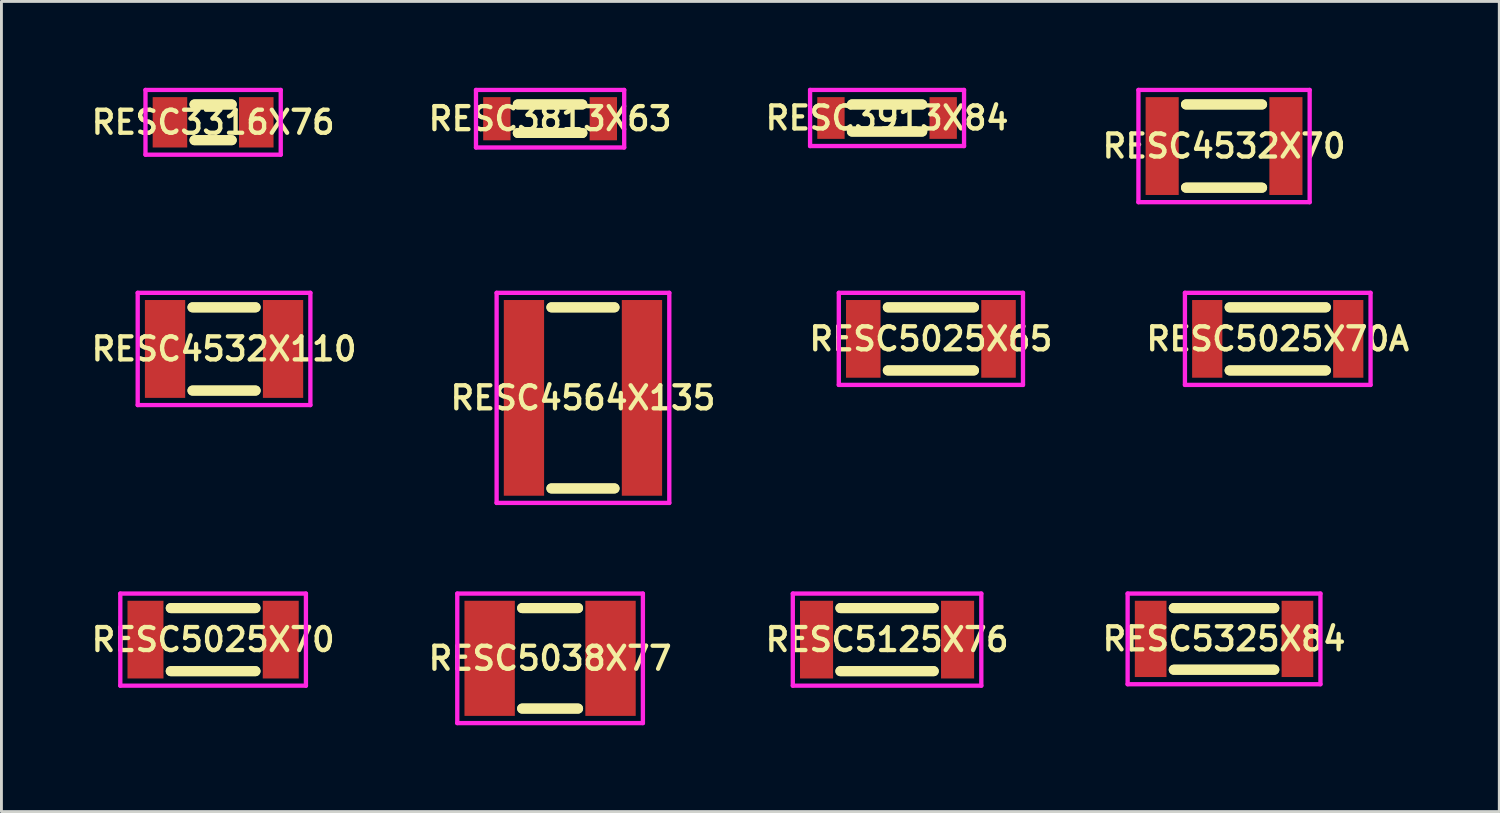
<source format=kicad_pcb>
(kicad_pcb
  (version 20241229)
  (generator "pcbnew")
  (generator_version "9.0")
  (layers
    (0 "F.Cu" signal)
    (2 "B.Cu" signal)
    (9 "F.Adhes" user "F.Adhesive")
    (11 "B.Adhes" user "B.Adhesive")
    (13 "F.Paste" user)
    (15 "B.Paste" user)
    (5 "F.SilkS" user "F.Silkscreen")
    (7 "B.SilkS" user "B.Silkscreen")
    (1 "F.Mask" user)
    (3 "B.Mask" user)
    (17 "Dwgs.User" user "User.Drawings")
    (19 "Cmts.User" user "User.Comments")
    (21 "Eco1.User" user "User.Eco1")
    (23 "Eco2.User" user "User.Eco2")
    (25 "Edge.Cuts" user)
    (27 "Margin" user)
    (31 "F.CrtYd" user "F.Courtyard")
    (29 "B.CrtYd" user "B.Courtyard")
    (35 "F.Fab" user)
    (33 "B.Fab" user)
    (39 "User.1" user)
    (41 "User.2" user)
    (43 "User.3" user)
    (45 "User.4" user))
  (footprint "RESC4564X135"
    (layer "F.Cu")
    (at 17.206 10.775)
    (property "Reference" "RESC4564X135" (at 0 0 0) (layer "F.SilkS") (effects (font (size 0.8 0.8) (thickness 0.15))))
    (attr smd)
    (fp_line (start -1.096 -3.146) (end 1.096 -3.146) (stroke (width 0.35) (type solid)) (layer "F.SilkS"))
    (fp_line (start -1.096 3.146) (end 1.096 3.146) (stroke (width 0.35) (type solid)) (layer "F.SilkS"))
    (fp_line (start 1.096 -3.146) (end -1.096 -3.146) (stroke (width 0.35) (type solid)) (layer "F.SilkS"))
    (fp_line (start 1.096 3.146) (end -1.096 3.146) (stroke (width 0.35) (type solid)) (layer "F.SilkS"))
    (fp_line (start -3 -3.65) (end 3 -3.65) (stroke (width 0.15) (type solid)) (layer "F.CrtYd"))
    (fp_line (start -3 3.65) (end -3 -3.65) (stroke (width 0.15) (type solid)) (layer "F.CrtYd"))
    (fp_line (start 3 -3.65) (end 3 3.65) (stroke (width 0.15) (type solid)) (layer "F.CrtYd"))
    (fp_line (start 3 3.65) (end -3 3.65) (stroke (width 0.15) (type solid)) (layer "F.CrtYd"))
    (pad "1" smd rect (at -2.05 0) (size 1.4 6.8) (layers "F.Cu" "F.Mask" "F.Paste"))
    (pad "2" smd rect (at 2.05 0) (size 1.4 6.8) (layers "F.Cu" "F.Mask" "F.Paste")))
  (footprint "RESC5125X76"
    (layer "F.Cu")
    (at 27.773 19.175)
    (property "Reference" "RESC5125X76" (at 0 0 0) (layer "F.SilkS") (effects (font (size 0.8 0.8) (thickness 0.15))))
    (attr smd)
    (fp_line (start -1.621 -1.096) (end 1.621 -1.096) (stroke (width 0.35) (type solid)) (layer "F.SilkS"))
    (fp_line (start -1.621 1.096) (end 1.621 1.096) (stroke (width 0.35) (type solid)) (layer "F.SilkS"))
    (fp_line (start 1.621 -1.096) (end -1.621 -1.096) (stroke (width 0.35) (type solid)) (layer "F.SilkS"))
    (fp_line (start 1.621 1.096) (end -1.621 1.096) (stroke (width 0.35) (type solid)) (layer "F.SilkS"))
    (fp_line (start -3.275 -1.6) (end 3.275 -1.6) (stroke (width 0.15) (type solid)) (layer "F.CrtYd"))
    (fp_line (start -3.275 1.6) (end -3.275 -1.6) (stroke (width 0.15) (type solid)) (layer "F.CrtYd"))
    (fp_line (start 3.275 -1.6) (end 3.275 1.6) (stroke (width 0.15) (type solid)) (layer "F.CrtYd"))
    (fp_line (start 3.275 1.6) (end -3.275 1.6) (stroke (width 0.15) (type solid)) (layer "F.CrtYd"))
    (pad "1" smd rect (at -2.45 0) (size 1.15 2.7) (layers "F.Cu" "F.Mask" "F.Paste"))
    (pad "2" smd rect (at 2.45 0) (size 1.15 2.7) (layers "F.Cu" "F.Mask" "F.Paste")))
  (footprint "RESC4532X110"
    (layer "F.Cu")
    (at 4.735 9.075)
    (property "Reference" "RESC4532X110" (at 0 0 0) (layer "F.SilkS") (effects (font (size 0.8 0.8) (thickness 0.15))))
    (attr through_hole)
    (fp_line (start -1.096 -1.446) (end 1.096 -1.446) (stroke (width 0.35) (type solid)) (layer "F.SilkS"))
    (fp_line (start -1.096 1.446) (end 1.096 1.446) (stroke (width 0.35) (type solid)) (layer "F.SilkS"))
    (fp_line (start 1.096 -1.446) (end -1.096 -1.446) (stroke (width 0.35) (type solid)) (layer "F.SilkS"))
    (fp_line (start 1.096 1.446) (end -1.096 1.446) (stroke (width 0.35) (type solid)) (layer "F.SilkS"))
    (fp_line (start -3 -1.95) (end 3 -1.95) (stroke (width 0.15) (type solid)) (layer "F.CrtYd"))
    (fp_line (start -3 1.95) (end -3 -1.95) (stroke (width 0.15) (type solid)) (layer "F.CrtYd"))
    (fp_line (start 3 -1.95) (end 3 1.95) (stroke (width 0.15) (type solid)) (layer "F.CrtYd"))
    (fp_line (start 3 1.95) (end -3 1.95) (stroke (width 0.15) (type solid)) (layer "F.CrtYd"))
    (pad "1" smd rect (at -2.05 0) (size 1.4 3.4) (layers "F.Cu" "F.Mask" "F.Paste"))
    (pad "2" smd rect (at 2.05 0) (size 1.4 3.4) (layers "F.Cu" "F.Mask" "F.Paste")))
  (footprint "RESC5325X84"
    (layer "F.Cu")
    (at 39.482 19.15)
    (property "Reference" "RESC5325X84" (at 0 0 0) (layer "F.SilkS") (effects (font (size 0.8 0.8) (thickness 0.15))))
    (attr smd)
    (fp_line (start -1.746 -1.071) (end 1.746 -1.071) (stroke (width 0.35) (type solid)) (layer "F.SilkS"))
    (fp_line (start -1.746 1.071) (end 1.746 1.071) (stroke (width 0.35) (type solid)) (layer "F.SilkS"))
    (fp_line (start 1.746 -1.071) (end -1.746 -1.071) (stroke (width 0.35) (type solid)) (layer "F.SilkS"))
    (fp_line (start 1.746 1.071) (end -1.746 1.071) (stroke (width 0.35) (type solid)) (layer "F.SilkS"))
    (fp_line (start -3.35 -1.575) (end 3.35 -1.575) (stroke (width 0.15) (type solid)) (layer "F.CrtYd"))
    (fp_line (start -3.35 1.575) (end -3.35 -1.575) (stroke (width 0.15) (type solid)) (layer "F.CrtYd"))
    (fp_line (start 3.35 -1.575) (end 3.35 1.575) (stroke (width 0.15) (type solid)) (layer "F.CrtYd"))
    (fp_line (start 3.35 1.575) (end -3.35 1.575) (stroke (width 0.15) (type solid)) (layer "F.CrtYd"))
    (pad "1" smd rect (at -2.55 0) (size 1.1 2.65) (layers "F.Cu" "F.Mask" "F.Paste"))
    (pad "2" smd rect (at 2.55 0) (size 1.1 2.65) (layers "F.Cu" "F.Mask" "F.Paste")))
  (footprint "RESC5025X70A"
    (layer "F.Cu")
    (at 41.348 8.725)
    (property "Reference" "RESC5025X70A" (at 0 0 0) (layer "F.SilkS") (effects (font (size 0.8 0.8) (thickness 0.15))))
    (attr smd)
    (fp_line (start -1.671 -1.096) (end 1.671 -1.096) (stroke (width 0.35) (type solid)) (layer "F.SilkS"))
    (fp_line (start -1.671 1.096) (end 1.671 1.096) (stroke (width 0.35) (type solid)) (layer "F.SilkS"))
    (fp_line (start 1.671 -1.096) (end -1.671 -1.096) (stroke (width 0.35) (type solid)) (layer "F.SilkS"))
    (fp_line (start 1.671 1.096) (end -1.671 1.096) (stroke (width 0.35) (type solid)) (layer "F.SilkS"))
    (fp_line (start -3.225 -1.6) (end 3.225 -1.6) (stroke (width 0.15) (type solid)) (layer "F.CrtYd"))
    (fp_line (start -3.225 1.6) (end -3.225 -1.6) (stroke (width 0.15) (type solid)) (layer "F.CrtYd"))
    (fp_line (start 3.225 -1.6) (end 3.225 1.6) (stroke (width 0.15) (type solid)) (layer "F.CrtYd"))
    (fp_line (start 3.225 1.6) (end -3.225 1.6) (stroke (width 0.15) (type solid)) (layer "F.CrtYd"))
    (pad "1" smd rect (at -2.45 0) (size 1.05 2.7) (layers "F.Cu" "F.Mask" "F.Paste"))
    (pad "2" smd rect (at 2.45 0) (size 1.05 2.7) (layers "F.Cu" "F.Mask" "F.Paste")))
  (footprint "RESC3316X76"
    (layer "F.Cu")
    (at 4.355 1.2)
    (property "Reference" "RESC3316X76" (at 0 0 0) (layer "F.SilkS") (effects (font (size 0.8 0.8) (thickness 0.15))))
    (attr smd)
    (fp_line (start -0.646 -0.621) (end 0.646 -0.621) (stroke (width 0.35) (type solid)) (layer "F.SilkS"))
    (fp_line (start -0.646 0.621) (end 0.646 0.621) (stroke (width 0.35) (type solid)) (layer "F.SilkS"))
    (fp_line (start 0.646 -0.621) (end -0.646 -0.621) (stroke (width 0.35) (type solid)) (layer "F.SilkS"))
    (fp_line (start 0.646 0.621) (end -0.646 0.621) (stroke (width 0.35) (type solid)) (layer "F.SilkS"))
    (fp_line (start -2.35 -1.125) (end 2.35 -1.125) (stroke (width 0.15) (type solid)) (layer "F.CrtYd"))
    (fp_line (start -2.35 1.125) (end -2.35 -1.125) (stroke (width 0.15) (type solid)) (layer "F.CrtYd"))
    (fp_line (start 2.35 -1.125) (end 2.35 1.125) (stroke (width 0.15) (type solid)) (layer "F.CrtYd"))
    (fp_line (start 2.35 1.125) (end -2.35 1.125) (stroke (width 0.15) (type solid)) (layer "F.CrtYd"))
    (pad "1" smd rect (at -1.5 0) (size 1.2 1.75) (layers "F.Cu" "F.Mask" "F.Paste"))
    (pad "2" smd rect (at 1.5 0) (size 1.2 1.75) (layers "F.Cu" "F.Mask" "F.Paste")))
  (footprint "RESC4532X70"
    (layer "F.Cu")
    (at 39.482 2.025)
    (property "Reference" "RESC4532X70" (at 0 0 0) (layer "F.SilkS") (effects (font (size 0.8 0.8) (thickness 0.15))))
    (attr through_hole)
    (fp_line (start -1.321 -1.446) (end 1.321 -1.446) (stroke (width 0.35) (type solid)) (layer "F.SilkS"))
    (fp_line (start -1.321 1.446) (end 1.321 1.446) (stroke (width 0.35) (type solid)) (layer "F.SilkS"))
    (fp_line (start 1.321 -1.446) (end -1.321 -1.446) (stroke (width 0.35) (type solid)) (layer "F.SilkS"))
    (fp_line (start 1.321 1.446) (end -1.321 1.446) (stroke (width 0.35) (type solid)) (layer "F.SilkS"))
    (fp_line (start -2.975 -1.95) (end 2.975 -1.95) (stroke (width 0.15) (type solid)) (layer "F.CrtYd"))
    (fp_line (start -2.975 1.95) (end -2.975 -1.95) (stroke (width 0.15) (type solid)) (layer "F.CrtYd"))
    (fp_line (start 2.975 -1.95) (end 2.975 1.95) (stroke (width 0.15) (type solid)) (layer "F.CrtYd"))
    (fp_line (start 2.975 1.95) (end -2.975 1.95) (stroke (width 0.15) (type solid)) (layer "F.CrtYd"))
    (pad "1" smd rect (at -2.15 0) (size 1.15 3.4) (layers "F.Cu" "F.Mask" "F.Paste"))
    (pad "2" smd rect (at 2.15 0) (size 1.15 3.4) (layers "F.Cu" "F.Mask" "F.Paste")))
  (footprint "RESC3813X63"
    (layer "F.Cu")
    (at 16.064 1.075)
    (property "Reference" "RESC3813X63" (at 0 0 0) (layer "F.SilkS") (effects (font (size 0.8 0.8) (thickness 0.15))))
    (attr through_hole)
    (fp_line (start -1.121 -0.496) (end 1.121 -0.496) (stroke (width 0.35) (type solid)) (layer "F.SilkS"))
    (fp_line (start -1.121 0.496) (end 1.121 0.496) (stroke (width 0.35) (type solid)) (layer "F.SilkS"))
    (fp_line (start 1.121 -0.496) (end -1.121 -0.496) (stroke (width 0.35) (type solid)) (layer "F.SilkS"))
    (fp_line (start 1.121 0.496) (end -1.121 0.496) (stroke (width 0.35) (type solid)) (layer "F.SilkS"))
    (fp_line (start -2.575 -1) (end 2.575 -1) (stroke (width 0.15) (type solid)) (layer "F.CrtYd"))
    (fp_line (start -2.575 1) (end -2.575 -1) (stroke (width 0.15) (type solid)) (layer "F.CrtYd"))
    (fp_line (start 2.575 -1) (end 2.575 1) (stroke (width 0.15) (type solid)) (layer "F.CrtYd"))
    (fp_line (start 2.575 1) (end -2.575 1) (stroke (width 0.15) (type solid)) (layer "F.CrtYd"))
    (pad "1" smd rect (at -1.85 0) (size 0.95 1.5) (layers "F.Cu" "F.Mask" "F.Paste"))
    (pad "2" smd rect (at 1.85 0) (size 0.95 1.5) (layers "F.Cu" "F.Mask" "F.Paste")))
  (footprint "RESC3913X84"
    (layer "F.Cu")
    (at 27.773 1.05)
    (property "Reference" "RESC3913X84" (at 0 0 0) (layer "F.SilkS") (effects (font (size 0.8 0.8) (thickness 0.15))))
    (attr smd)
    (fp_line (start -1.221 -0.471) (end 1.221 -0.471) (stroke (width 0.35) (type solid)) (layer "F.SilkS"))
    (fp_line (start -1.221 0.471) (end 1.221 0.471) (stroke (width 0.35) (type solid)) (layer "F.SilkS"))
    (fp_line (start 1.221 -0.471) (end -1.221 -0.471) (stroke (width 0.35) (type solid)) (layer "F.SilkS"))
    (fp_line (start 1.221 0.471) (end -1.221 0.471) (stroke (width 0.35) (type solid)) (layer "F.SilkS"))
    (fp_line (start -2.675 -0.975) (end 2.675 -0.975) (stroke (width 0.15) (type solid)) (layer "F.CrtYd"))
    (fp_line (start -2.675 0.975) (end -2.675 -0.975) (stroke (width 0.15) (type solid)) (layer "F.CrtYd"))
    (fp_line (start 2.675 -0.975) (end 2.675 0.975) (stroke (width 0.15) (type solid)) (layer "F.CrtYd"))
    (fp_line (start 2.675 0.975) (end -2.675 0.975) (stroke (width 0.15) (type solid)) (layer "F.CrtYd"))
    (pad "1" smd rect (at -1.95 0) (size 0.95 1.45) (layers "F.Cu" "F.Mask" "F.Paste"))
    (pad "2" smd rect (at 1.95 0) (size 0.95 1.45) (layers "F.Cu" "F.Mask" "F.Paste")))
  (footprint "RESC5025X70"
    (layer "F.Cu")
    (at 4.355 19.175)
    (property "Reference" "RESC5025X70" (at 0 0 0) (layer "F.SilkS") (effects (font (size 0.8 0.8) (thickness 0.15))))
    (attr smd)
    (fp_line (start -1.471 -1.096) (end 1.471 -1.096) (stroke (width 0.35) (type solid)) (layer "F.SilkS"))
    (fp_line (start -1.471 1.096) (end 1.471 1.096) (stroke (width 0.35) (type solid)) (layer "F.SilkS"))
    (fp_line (start 1.471 -1.096) (end -1.471 -1.096) (stroke (width 0.35) (type solid)) (layer "F.SilkS"))
    (fp_line (start 1.471 1.096) (end -1.471 1.096) (stroke (width 0.35) (type solid)) (layer "F.SilkS"))
    (fp_line (start -3.225 -1.6) (end 3.225 -1.6) (stroke (width 0.15) (type solid)) (layer "F.CrtYd"))
    (fp_line (start -3.225 1.6) (end -3.225 -1.6) (stroke (width 0.15) (type solid)) (layer "F.CrtYd"))
    (fp_line (start 3.225 -1.6) (end 3.225 1.6) (stroke (width 0.15) (type solid)) (layer "F.CrtYd"))
    (fp_line (start 3.225 1.6) (end -3.225 1.6) (stroke (width 0.15) (type solid)) (layer "F.CrtYd"))
    (pad "1" smd rect (at -2.35 0) (size 1.25 2.7) (layers "F.Cu" "F.Mask" "F.Paste"))
    (pad "2" smd rect (at 2.35 0) (size 1.25 2.7) (layers "F.Cu" "F.Mask" "F.Paste")))
  (footprint "RESC5025X65"
    (layer "F.Cu")
    (at 29.296 8.725)
    (property "Reference" "RESC5025X65" (at 0 0 0) (layer "F.SilkS") (effects (font (size 0.8 0.8) (thickness 0.15))))
    (attr smd)
    (fp_line (start -1.496 -1.096) (end 1.496 -1.096) (stroke (width 0.35) (type solid)) (layer "F.SilkS"))
    (fp_line (start -1.496 1.096) (end 1.496 1.096) (stroke (width 0.35) (type solid)) (layer "F.SilkS"))
    (fp_line (start 1.496 -1.096) (end -1.496 -1.096) (stroke (width 0.35) (type solid)) (layer "F.SilkS"))
    (fp_line (start 1.496 1.096) (end -1.496 1.096) (stroke (width 0.35) (type solid)) (layer "F.SilkS"))
    (fp_line (start -3.2 -1.6) (end 3.2 -1.6) (stroke (width 0.15) (type solid)) (layer "F.CrtYd"))
    (fp_line (start -3.2 1.6) (end -3.2 -1.6) (stroke (width 0.15) (type solid)) (layer "F.CrtYd"))
    (fp_line (start 3.2 -1.6) (end 3.2 1.6) (stroke (width 0.15) (type solid)) (layer "F.CrtYd"))
    (fp_line (start 3.2 1.6) (end -3.2 1.6) (stroke (width 0.15) (type solid)) (layer "F.CrtYd"))
    (pad "1" smd rect (at -2.35 0) (size 1.2 2.7) (layers "F.Cu" "F.Mask" "F.Paste"))
    (pad "2" smd rect (at 2.35 0) (size 1.2 2.7) (layers "F.Cu" "F.Mask" "F.Paste")))
  (footprint "RESC5038X77"
    (layer "F.Cu")
    (at 16.064 19.825)
    (property "Reference" "RESC5038X77" (at 0 0 0) (layer "F.SilkS") (effects (font (size 0.8 0.8) (thickness 0.15))))
    (attr through_hole)
    (fp_line (start -0.971 -1.746) (end 0.971 -1.746) (stroke (width 0.35) (type solid)) (layer "F.SilkS"))
    (fp_line (start -0.971 1.746) (end 0.971 1.746) (stroke (width 0.35) (type solid)) (layer "F.SilkS"))
    (fp_line (start 0.971 -1.746) (end -0.971 -1.746) (stroke (width 0.35) (type solid)) (layer "F.SilkS"))
    (fp_line (start 0.971 1.746) (end -0.971 1.746) (stroke (width 0.35) (type solid)) (layer "F.SilkS"))
    (fp_line (start -3.225 -2.25) (end 3.225 -2.25) (stroke (width 0.15) (type solid)) (layer "F.CrtYd"))
    (fp_line (start -3.225 2.25) (end -3.225 -2.25) (stroke (width 0.15) (type solid)) (layer "F.CrtYd"))
    (fp_line (start 3.225 -2.25) (end 3.225 2.25) (stroke (width 0.15) (type solid)) (layer "F.CrtYd"))
    (fp_line (start 3.225 2.25) (end -3.225 2.25) (stroke (width 0.15) (type solid)) (layer "F.CrtYd"))
    (pad "1" smd rect (at -2.1 0) (size 1.75 4) (layers "F.Cu" "F.Mask" "F.Paste"))
    (pad "2" smd rect (at 2.1 0) (size 1.75 4) (layers "F.Cu" "F.Mask" "F.Paste")))
  (gr_rect
    (start -3 -3)
    (end 49.046 25.15)
    (stroke (width 0.1) (type default))
    (fill no)
    (layer "Edge.Cuts")))
</source>
